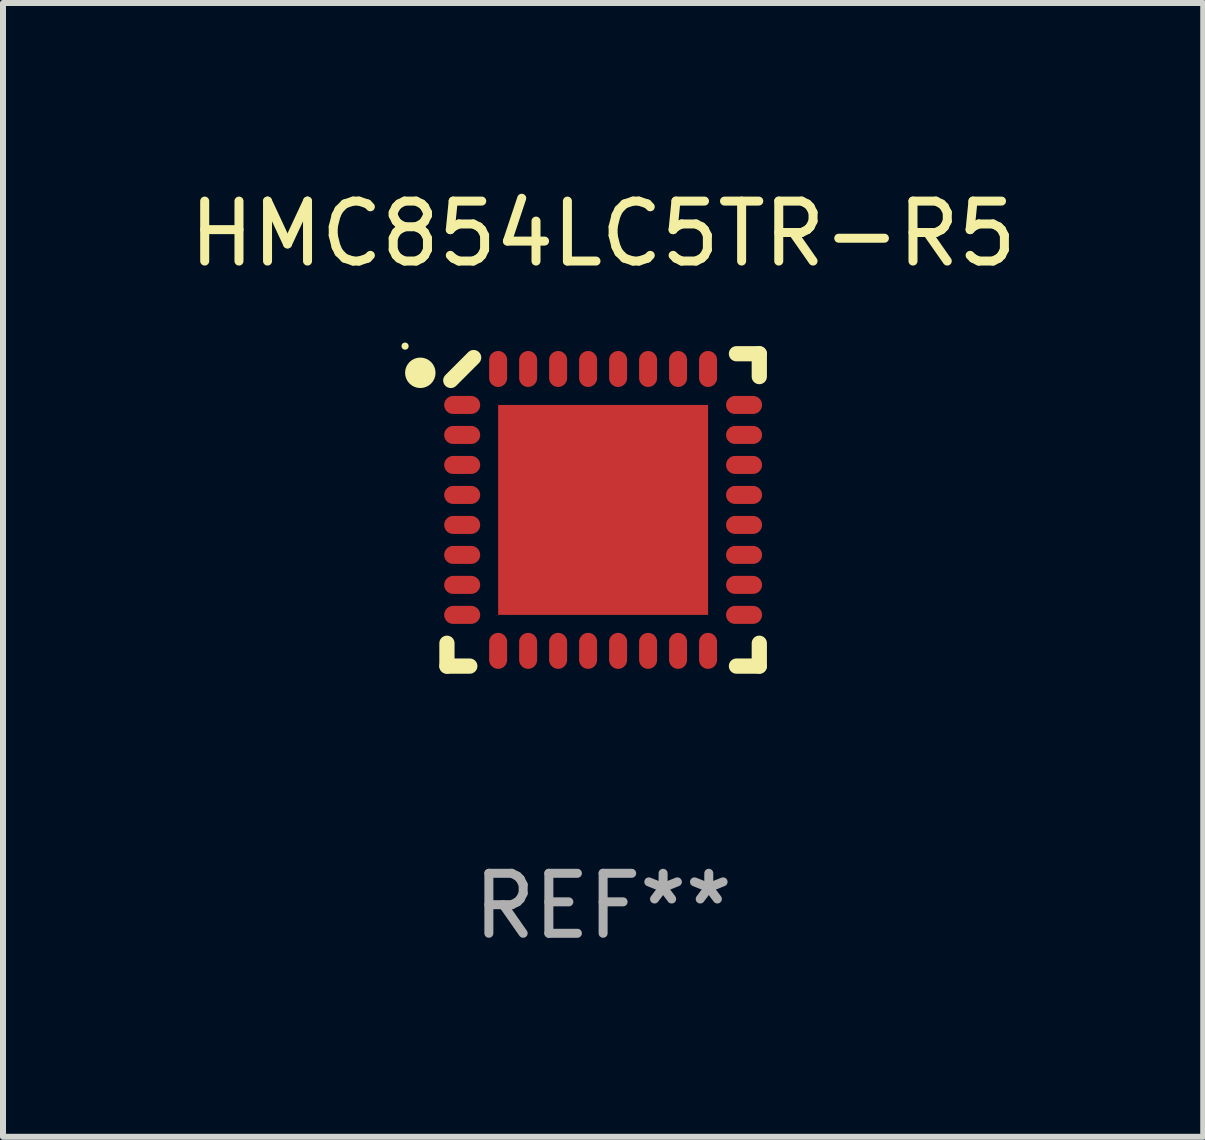
<source format=kicad_pcb>
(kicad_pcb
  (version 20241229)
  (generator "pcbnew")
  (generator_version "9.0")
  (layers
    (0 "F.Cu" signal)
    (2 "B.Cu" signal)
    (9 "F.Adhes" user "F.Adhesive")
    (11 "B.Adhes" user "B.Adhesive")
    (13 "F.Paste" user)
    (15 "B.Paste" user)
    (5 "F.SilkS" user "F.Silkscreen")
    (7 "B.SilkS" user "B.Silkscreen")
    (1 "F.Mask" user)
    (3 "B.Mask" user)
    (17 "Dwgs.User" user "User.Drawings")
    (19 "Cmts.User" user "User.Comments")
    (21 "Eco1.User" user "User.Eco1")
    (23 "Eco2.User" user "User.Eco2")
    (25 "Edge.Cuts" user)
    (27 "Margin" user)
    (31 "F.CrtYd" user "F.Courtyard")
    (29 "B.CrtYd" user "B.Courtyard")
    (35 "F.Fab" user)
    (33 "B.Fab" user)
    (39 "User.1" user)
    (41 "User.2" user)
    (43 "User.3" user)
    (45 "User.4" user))
  (footprint "HMC854LC5TR-R5"
    (layer "F.Cu")
    (at 7.006 5.452)
    (property "Reference" "HMC854LC5TR-R5" (at 0 -4.604 0) (layer "F.SilkS") (effects (font (size 1 1) (thickness 0.15))))
    (attr through_hole)
    (fp_line (start -2.604 2.223) (end -2.604 2.604) (stroke (width 0.254) (type solid)) (layer "F.SilkS"))
    (fp_line (start -2.604 2.604) (end -2.223 2.604) (stroke (width 0.254) (type solid)) (layer "F.SilkS"))
    (fp_line (start -2.159 -2.54) (end -2.54 -2.159) (stroke (width 0.254) (type solid)) (layer "F.SilkS"))
    (fp_line (start 2.223 2.604) (end 2.604 2.604) (stroke (width 0.254) (type solid)) (layer "F.SilkS"))
    (fp_line (start 2.604 -2.604) (end 2.223 -2.604) (stroke (width 0.254) (type solid)) (layer "F.SilkS"))
    (fp_line (start 2.604 -2.223) (end 2.604 -2.604) (stroke (width 0.254) (type solid)) (layer "F.SilkS"))
    (fp_line (start 2.604 2.604) (end 2.604 2.223) (stroke (width 0.254) (type solid)) (layer "F.SilkS"))
    (fp_circle (center -3.302 -2.731) (end -3.272 -2.731) (stroke (width 0.06) (type solid)) (fill no) (layer "F.SilkS"))
    (fp_circle (center -3.048 -2.286) (end -2.921 -2.286) (stroke (width 0.254) (type solid)) (fill no) (layer "F.SilkS"))
    (fp_text user "REF**" (at 0 6.604 0) (layer "F.Fab") (effects (font (size 1 1) (thickness 0.15))))
    (pad "1" smd oval (at -2.35 -1.75) (size 0.6 0.3) (layers "F.Cu" "F.Mask" "F.Paste"))
    (pad "2" smd oval (at -2.35 -1.25) (size 0.6 0.3) (layers "F.Cu" "F.Mask" "F.Paste"))
    (pad "3" smd oval (at -2.35 -0.75) (size 0.6 0.3) (layers "F.Cu" "F.Mask" "F.Paste"))
    (pad "4" smd oval (at -2.35 -0.25) (size 0.6 0.3) (layers "F.Cu" "F.Mask" "F.Paste"))
    (pad "5" smd oval (at -2.35 0.25) (size 0.6 0.3) (layers "F.Cu" "F.Mask" "F.Paste"))
    (pad "6" smd oval (at -2.35 0.75) (size 0.6 0.3) (layers "F.Cu" "F.Mask" "F.Paste"))
    (pad "7" smd oval (at -2.35 1.25) (size 0.6 0.3) (layers "F.Cu" "F.Mask" "F.Paste"))
    (pad "8" smd oval (at -2.35 1.75) (size 0.6 0.3) (layers "F.Cu" "F.Mask" "F.Paste"))
    (pad "9" smd oval (at -1.75 2.35 90) (size 0.6 0.3) (layers "F.Cu" "F.Mask" "F.Paste"))
    (pad "10" smd oval (at -1.25 2.35 90) (size 0.6 0.3) (layers "F.Cu" "F.Mask" "F.Paste"))
    (pad "11" smd oval (at -0.75 2.35 90) (size 0.6 0.3) (layers "F.Cu" "F.Mask" "F.Paste"))
    (pad "12" smd oval (at -0.25 2.35 90) (size 0.6 0.3) (layers "F.Cu" "F.Mask" "F.Paste"))
    (pad "13" smd oval (at 0.25 2.35 90) (size 0.6 0.3) (layers "F.Cu" "F.Mask" "F.Paste"))
    (pad "14" smd oval (at 0.75 2.35 90) (size 0.6 0.3) (layers "F.Cu" "F.Mask" "F.Paste"))
    (pad "15" smd oval (at 1.25 2.35 90) (size 0.6 0.3) (layers "F.Cu" "F.Mask" "F.Paste"))
    (pad "16" smd oval (at 1.75 2.35 90) (size 0.6 0.3) (layers "F.Cu" "F.Mask" "F.Paste"))
    (pad "17" smd oval (at 2.35 1.75 180) (size 0.6 0.3) (layers "F.Cu" "F.Mask" "F.Paste"))
    (pad "18" smd oval (at 2.35 1.25 180) (size 0.6 0.3) (layers "F.Cu" "F.Mask" "F.Paste"))
    (pad "19" smd oval (at 2.35 0.75 180) (size 0.6 0.3) (layers "F.Cu" "F.Mask" "F.Paste"))
    (pad "20" smd oval (at 2.35 0.25 180) (size 0.6 0.3) (layers "F.Cu" "F.Mask" "F.Paste"))
    (pad "21" smd oval (at 2.35 -0.25 180) (size 0.6 0.3) (layers "F.Cu" "F.Mask" "F.Paste"))
    (pad "22" smd oval (at 2.35 -0.75 180) (size 0.6 0.3) (layers "F.Cu" "F.Mask" "F.Paste"))
    (pad "23" smd oval (at 2.35 -1.25 180) (size 0.6 0.3) (layers "F.Cu" "F.Mask" "F.Paste"))
    (pad "24" smd oval (at 2.35 -1.75 180) (size 0.6 0.3) (layers "F.Cu" "F.Mask" "F.Paste"))
    (pad "25" smd oval (at 1.75 -2.35 270) (size 0.6 0.3) (layers "F.Cu" "F.Mask" "F.Paste"))
    (pad "26" smd oval (at 1.25 -2.35 270) (size 0.6 0.3) (layers "F.Cu" "F.Mask" "F.Paste"))
    (pad "27" smd oval (at 0.75 -2.35 270) (size 0.6 0.3) (layers "F.Cu" "F.Mask" "F.Paste"))
    (pad "28" smd oval (at 0.25 -2.35 270) (size 0.6 0.3) (layers "F.Cu" "F.Mask" "F.Paste"))
    (pad "29" smd oval (at -0.25 -2.35 270) (size 0.6 0.3) (layers "F.Cu" "F.Mask" "F.Paste"))
    (pad "30" smd oval (at -0.75 -2.35 270) (size 0.6 0.3) (layers "F.Cu" "F.Mask" "F.Paste"))
    (pad "31" smd oval (at -1.25 -2.35 270) (size 0.6 0.3) (layers "F.Cu" "F.Mask" "F.Paste"))
    (pad "32" smd oval (at -1.75 -2.35 270) (size 0.6 0.3) (layers "F.Cu" "F.Mask" "F.Paste"))
    (pad "33" smd rect (at 0.000076 0.000076) (size 3.5 3.5) (layers "F.Cu" "F.Mask" "F.Paste")))
  (gr_rect
    (start -3 -3)
    (end 17.012 15.904)
    (stroke (width 0.1) (type default))
    (fill no)
    (layer "Edge.Cuts")))
</source>
